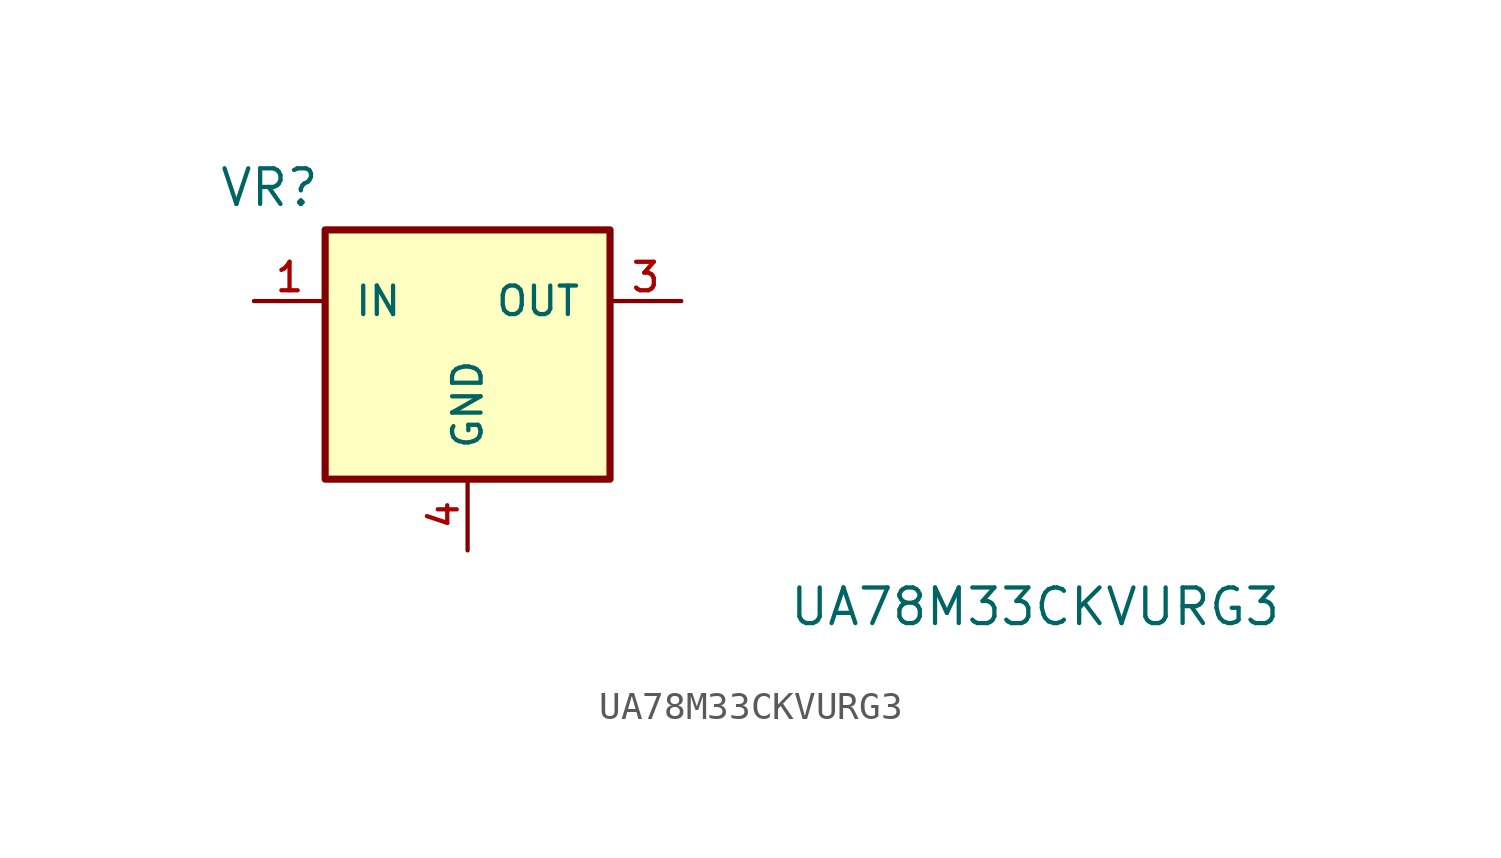
<source format=kicad_sym>
(kicad_symbol_lib
  (version 20220914)
  (generator kicad_symbol_editor)
  (symbol "UA78M33CKVURG3"
    (pin_names
      (offset 1.016))
    (property "Reference" "VR"
      (at -8.89 5.842 0)
      (effects (font (size 1.27 1.27)) (justify left bottom)))
    (property "Value" "UA78M33CKVURG3"
      (at 11.43 -7.62 0)
      (effects (font (size 1.27 1.27)) (justify left top)))
    (symbol "UA78M33CKVURG3_0_0"
      (rectangle (start -5.08 5.08) (end 5.08 -3.81) (stroke (width 0.254) (type default)) (fill (type background)))
      (pin input line (at -7.62 2.54 0) (length 2.54) (name "IN" (effects (font (size 1.016 1.016)))) (number "1" (effects (font (size 1.016 1.016)))))
      (pin output line (at 7.62 2.54 180) (length 2.54) (name "OUT" (effects (font (size 1.016 1.016)))) (number "3" (effects (font (size 1.016 1.016)))))
      (pin power_in line (at 0 -6.35 90) (length 2.54) (name "GND" (effects (font (size 1.016 1.016)))) (number "4" (effects (font (size 1.016 1.016))))))))
</source>
